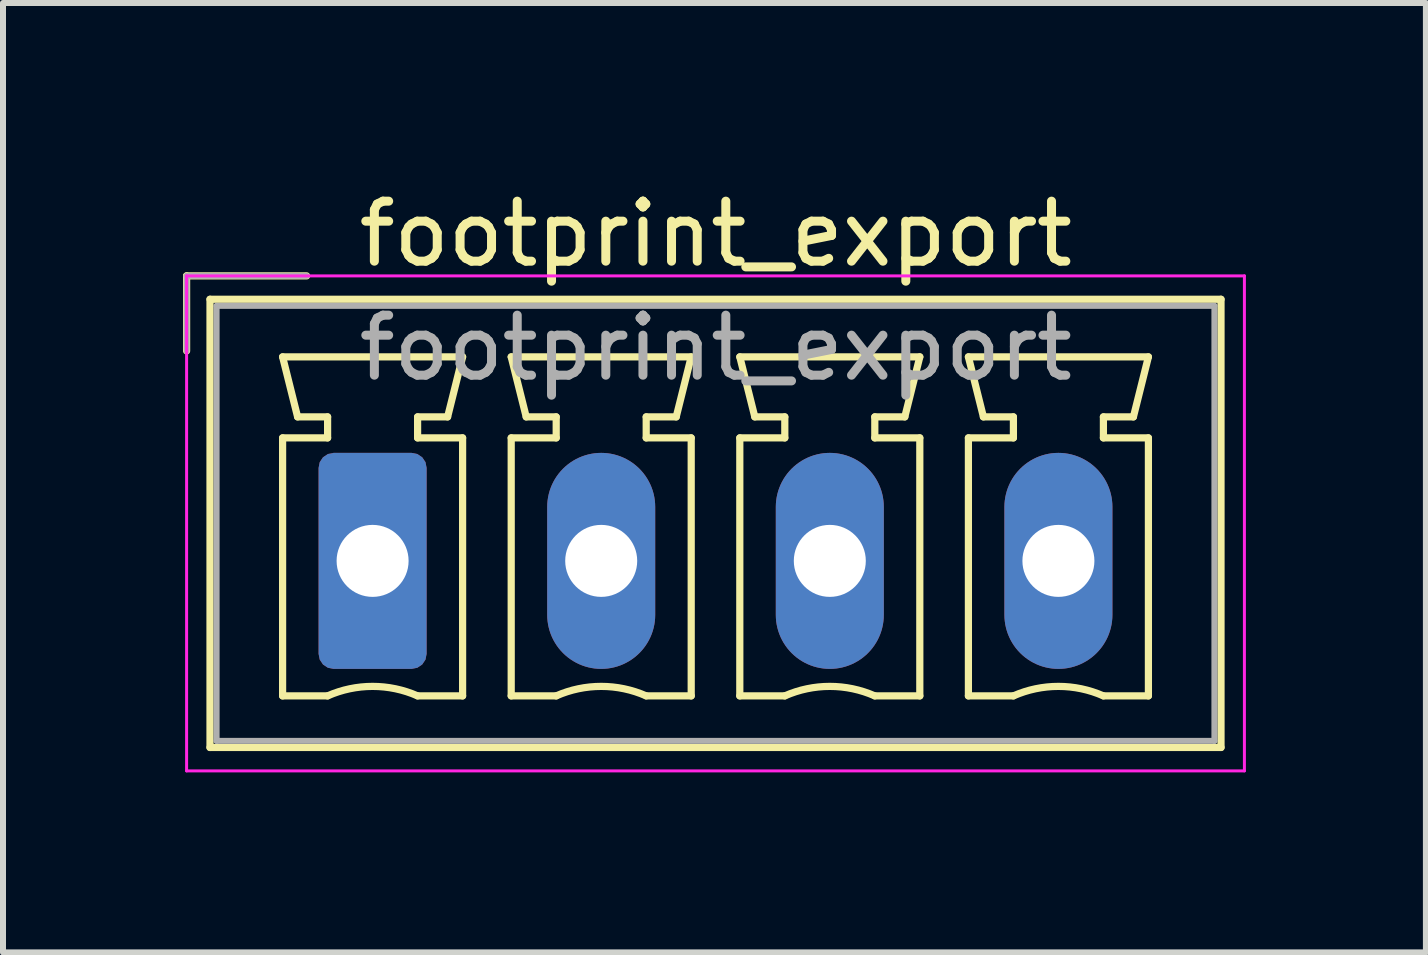
<source format=kicad_pcb>
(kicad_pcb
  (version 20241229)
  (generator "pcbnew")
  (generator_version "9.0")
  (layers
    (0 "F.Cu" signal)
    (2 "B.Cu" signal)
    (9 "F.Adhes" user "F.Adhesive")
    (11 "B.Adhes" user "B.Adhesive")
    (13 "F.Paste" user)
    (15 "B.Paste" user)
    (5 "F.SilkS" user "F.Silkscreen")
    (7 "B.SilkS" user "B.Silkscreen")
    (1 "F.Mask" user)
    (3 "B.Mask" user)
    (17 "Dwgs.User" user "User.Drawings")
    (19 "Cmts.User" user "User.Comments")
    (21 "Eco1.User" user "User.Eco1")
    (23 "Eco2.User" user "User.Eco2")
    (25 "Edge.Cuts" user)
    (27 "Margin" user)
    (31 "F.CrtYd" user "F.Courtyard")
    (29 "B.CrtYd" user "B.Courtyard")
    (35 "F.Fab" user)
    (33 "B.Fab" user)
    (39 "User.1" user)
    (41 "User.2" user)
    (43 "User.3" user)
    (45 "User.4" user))
  (footprint "footprint_export"
    (layer "F.Cu")
    (at 3.16 6.298)
    (property "Reference" "footprint_export" (at 5.72 -5.45 0) (layer "F.SilkS") (effects (font (size 1 1) (thickness 0.15))))
    (attr through_hole)
    (fp_line (start -3.1 -4.75) (end -1.1 -4.75) (stroke (width 0.12) (type solid)) (layer "F.SilkS"))
    (fp_line (start -3.1 -3.5) (end -3.1 -4.75) (stroke (width 0.12) (type solid)) (layer "F.SilkS"))
    (fp_line (start -2.71 -4.36) (end -2.71 3.11) (stroke (width 0.12) (type solid)) (layer "F.SilkS"))
    (fp_line (start -2.71 3.11) (end 14.14 3.11) (stroke (width 0.12) (type solid)) (layer "F.SilkS"))
    (fp_line (start -1.5 -3.4) (end 1.5 -3.4) (stroke (width 0.12) (type solid)) (layer "F.SilkS"))
    (fp_line (start -1.5 -2.05) (end -0.75 -2.05) (stroke (width 0.12) (type solid)) (layer "F.SilkS"))
    (fp_line (start -1.5 2.25) (end -1.5 -2.05) (stroke (width 0.12) (type solid)) (layer "F.SilkS"))
    (fp_line (start -1.25 -2.4) (end -1.5 -3.4) (stroke (width 0.12) (type solid)) (layer "F.SilkS"))
    (fp_line (start -0.75 -2.4) (end -1.25 -2.4) (stroke (width 0.12) (type solid)) (layer "F.SilkS"))
    (fp_line (start -0.75 -2.05) (end -0.75 -2.4) (stroke (width 0.12) (type solid)) (layer "F.SilkS"))
    (fp_line (start -0.75 2.25) (end -1.5 2.25) (stroke (width 0.12) (type solid)) (layer "F.SilkS"))
    (fp_line (start 0.75 -2.4) (end 0.75 -2.05) (stroke (width 0.12) (type solid)) (layer "F.SilkS"))
    (fp_line (start 0.75 -2.05) (end 1.5 -2.05) (stroke (width 0.12) (type solid)) (layer "F.SilkS"))
    (fp_line (start 1.25 -2.4) (end 0.75 -2.4) (stroke (width 0.12) (type solid)) (layer "F.SilkS"))
    (fp_line (start 1.5 -3.4) (end 1.25 -2.4) (stroke (width 0.12) (type solid)) (layer "F.SilkS"))
    (fp_line (start 1.5 -2.05) (end 1.5 2.25) (stroke (width 0.12) (type solid)) (layer "F.SilkS"))
    (fp_line (start 1.5 2.25) (end 0.75 2.25) (stroke (width 0.12) (type solid)) (layer "F.SilkS"))
    (fp_line (start 2.31 -3.4) (end 5.31 -3.4) (stroke (width 0.12) (type solid)) (layer "F.SilkS"))
    (fp_line (start 2.31 -2.05) (end 3.06 -2.05) (stroke (width 0.12) (type solid)) (layer "F.SilkS"))
    (fp_line (start 2.31 2.25) (end 2.31 -2.05) (stroke (width 0.12) (type solid)) (layer "F.SilkS"))
    (fp_line (start 2.56 -2.4) (end 2.31 -3.4) (stroke (width 0.12) (type solid)) (layer "F.SilkS"))
    (fp_line (start 3.06 -2.4) (end 2.56 -2.4) (stroke (width 0.12) (type solid)) (layer "F.SilkS"))
    (fp_line (start 3.06 -2.05) (end 3.06 -2.4) (stroke (width 0.12) (type solid)) (layer "F.SilkS"))
    (fp_line (start 3.06 2.25) (end 2.31 2.25) (stroke (width 0.12) (type solid)) (layer "F.SilkS"))
    (fp_line (start 4.56 -2.4) (end 4.56 -2.05) (stroke (width 0.12) (type solid)) (layer "F.SilkS"))
    (fp_line (start 4.56 -2.05) (end 5.31 -2.05) (stroke (width 0.12) (type solid)) (layer "F.SilkS"))
    (fp_line (start 5.06 -2.4) (end 4.56 -2.4) (stroke (width 0.12) (type solid)) (layer "F.SilkS"))
    (fp_line (start 5.31 -3.4) (end 5.06 -2.4) (stroke (width 0.12) (type solid)) (layer "F.SilkS"))
    (fp_line (start 5.31 -2.05) (end 5.31 2.25) (stroke (width 0.12) (type solid)) (layer "F.SilkS"))
    (fp_line (start 5.31 2.25) (end 4.56 2.25) (stroke (width 0.12) (type solid)) (layer "F.SilkS"))
    (fp_line (start 6.12 -3.4) (end 9.12 -3.4) (stroke (width 0.12) (type solid)) (layer "F.SilkS"))
    (fp_line (start 6.12 -2.05) (end 6.87 -2.05) (stroke (width 0.12) (type solid)) (layer "F.SilkS"))
    (fp_line (start 6.12 2.25) (end 6.12 -2.05) (stroke (width 0.12) (type solid)) (layer "F.SilkS"))
    (fp_line (start 6.37 -2.4) (end 6.12 -3.4) (stroke (width 0.12) (type solid)) (layer "F.SilkS"))
    (fp_line (start 6.87 -2.4) (end 6.37 -2.4) (stroke (width 0.12) (type solid)) (layer "F.SilkS"))
    (fp_line (start 6.87 -2.05) (end 6.87 -2.4) (stroke (width 0.12) (type solid)) (layer "F.SilkS"))
    (fp_line (start 6.87 2.25) (end 6.12 2.25) (stroke (width 0.12) (type solid)) (layer "F.SilkS"))
    (fp_line (start 8.37 -2.4) (end 8.37 -2.05) (stroke (width 0.12) (type solid)) (layer "F.SilkS"))
    (fp_line (start 8.37 -2.05) (end 9.12 -2.05) (stroke (width 0.12) (type solid)) (layer "F.SilkS"))
    (fp_line (start 8.87 -2.4) (end 8.37 -2.4) (stroke (width 0.12) (type solid)) (layer "F.SilkS"))
    (fp_line (start 9.12 -3.4) (end 8.87 -2.4) (stroke (width 0.12) (type solid)) (layer "F.SilkS"))
    (fp_line (start 9.12 -2.05) (end 9.12 2.25) (stroke (width 0.12) (type solid)) (layer "F.SilkS"))
    (fp_line (start 9.12 2.25) (end 8.37 2.25) (stroke (width 0.12) (type solid)) (layer "F.SilkS"))
    (fp_line (start 9.93 -3.4) (end 12.93 -3.4) (stroke (width 0.12) (type solid)) (layer "F.SilkS"))
    (fp_line (start 9.93 -2.05) (end 10.68 -2.05) (stroke (width 0.12) (type solid)) (layer "F.SilkS"))
    (fp_line (start 9.93 2.25) (end 9.93 -2.05) (stroke (width 0.12) (type solid)) (layer "F.SilkS"))
    (fp_line (start 10.18 -2.4) (end 9.93 -3.4) (stroke (width 0.12) (type solid)) (layer "F.SilkS"))
    (fp_line (start 10.68 -2.4) (end 10.18 -2.4) (stroke (width 0.12) (type solid)) (layer "F.SilkS"))
    (fp_line (start 10.68 -2.05) (end 10.68 -2.4) (stroke (width 0.12) (type solid)) (layer "F.SilkS"))
    (fp_line (start 10.68 2.25) (end 9.93 2.25) (stroke (width 0.12) (type solid)) (layer "F.SilkS"))
    (fp_line (start 12.18 -2.4) (end 12.18 -2.05) (stroke (width 0.12) (type solid)) (layer "F.SilkS"))
    (fp_line (start 12.18 -2.05) (end 12.93 -2.05) (stroke (width 0.12) (type solid)) (layer "F.SilkS"))
    (fp_line (start 12.68 -2.4) (end 12.18 -2.4) (stroke (width 0.12) (type solid)) (layer "F.SilkS"))
    (fp_line (start 12.93 -3.4) (end 12.68 -2.4) (stroke (width 0.12) (type solid)) (layer "F.SilkS"))
    (fp_line (start 12.93 -2.05) (end 12.93 2.25) (stroke (width 0.12) (type solid)) (layer "F.SilkS"))
    (fp_line (start 12.93 2.25) (end 12.18 2.25) (stroke (width 0.12) (type solid)) (layer "F.SilkS"))
    (fp_line (start 14.14 -4.36) (end -2.71 -4.36) (stroke (width 0.12) (type solid)) (layer "F.SilkS"))
    (fp_line (start 14.14 3.11) (end 14.14 -4.36) (stroke (width 0.12) (type solid)) (layer "F.SilkS"))
    (fp_arc (start -0.75 2.25) (mid -0.000193 2.09191) (end 0.749647 2.249844) (stroke (width 0.12) (type solid)) (layer "F.SilkS"))
    (fp_arc (start 3.06 2.25) (mid 3.809807 2.09191) (end 4.559647 2.249844) (stroke (width 0.12) (type solid)) (layer "F.SilkS"))
    (fp_arc (start 6.87 2.25) (mid 7.619807 2.09191) (end 8.369647 2.249844) (stroke (width 0.12) (type solid)) (layer "F.SilkS"))
    (fp_arc (start 10.68 2.25) (mid 11.429807 2.09191) (end 12.179647 2.249844) (stroke (width 0.12) (type solid)) (layer "F.SilkS"))
    (fp_line (start -3.1 -4.75) (end -3.1 3.5) (stroke (width 0.05) (type solid)) (layer "F.CrtYd"))
    (fp_line (start -3.1 3.5) (end 14.53 3.5) (stroke (width 0.05) (type solid)) (layer "F.CrtYd"))
    (fp_line (start 14.53 -4.75) (end -3.1 -4.75) (stroke (width 0.05) (type solid)) (layer "F.CrtYd"))
    (fp_line (start 14.53 3.5) (end 14.53 -4.75) (stroke (width 0.05) (type solid)) (layer "F.CrtYd"))
    (fp_line (start -3.1 -4.75) (end -1.1 -4.75) (stroke (width 0.1) (type solid)) (layer "F.Fab"))
    (fp_line (start -3.1 -3.5) (end -3.1 -4.75) (stroke (width 0.1) (type solid)) (layer "F.Fab"))
    (fp_line (start -2.6 -4.25) (end -2.6 3) (stroke (width 0.1) (type solid)) (layer "F.Fab"))
    (fp_line (start -2.6 3) (end 14.03 3) (stroke (width 0.1) (type solid)) (layer "F.Fab"))
    (fp_line (start 14.03 -4.25) (end -2.6 -4.25) (stroke (width 0.1) (type solid)) (layer "F.Fab"))
    (fp_line (start 14.03 3) (end 14.03 -4.25) (stroke (width 0.1) (type solid)) (layer "F.Fab"))
    (fp_text user "${REFERENCE}" (at 5.72 -3.55 0) (layer "F.Fab") (effects (font (size 1 1) (thickness 0.15))))
    (pad "1" thru_hole roundrect (at 0 0) (size 1.8 3.6) (drill 1.2) (layers "*.Cu" "*.Mask") (roundrect_rratio 0.139))
    (pad "2" thru_hole oval (at 3.81 0) (size 1.8 3.6) (drill 1.2) (layers "*.Cu" "*.Mask"))
    (pad "3" thru_hole oval (at 7.62 0) (size 1.8 3.6) (drill 1.2) (layers "*.Cu" "*.Mask"))
    (pad "4" thru_hole oval (at 11.43 0) (size 1.8 3.6) (drill 1.2) (layers "*.Cu" "*.Mask")))
  (gr_rect
    (start -3 -3)
    (end 20.715 12.823)
    (stroke (width 0.1) (type default))
    (fill no)
    (layer "Edge.Cuts")))
</source>
